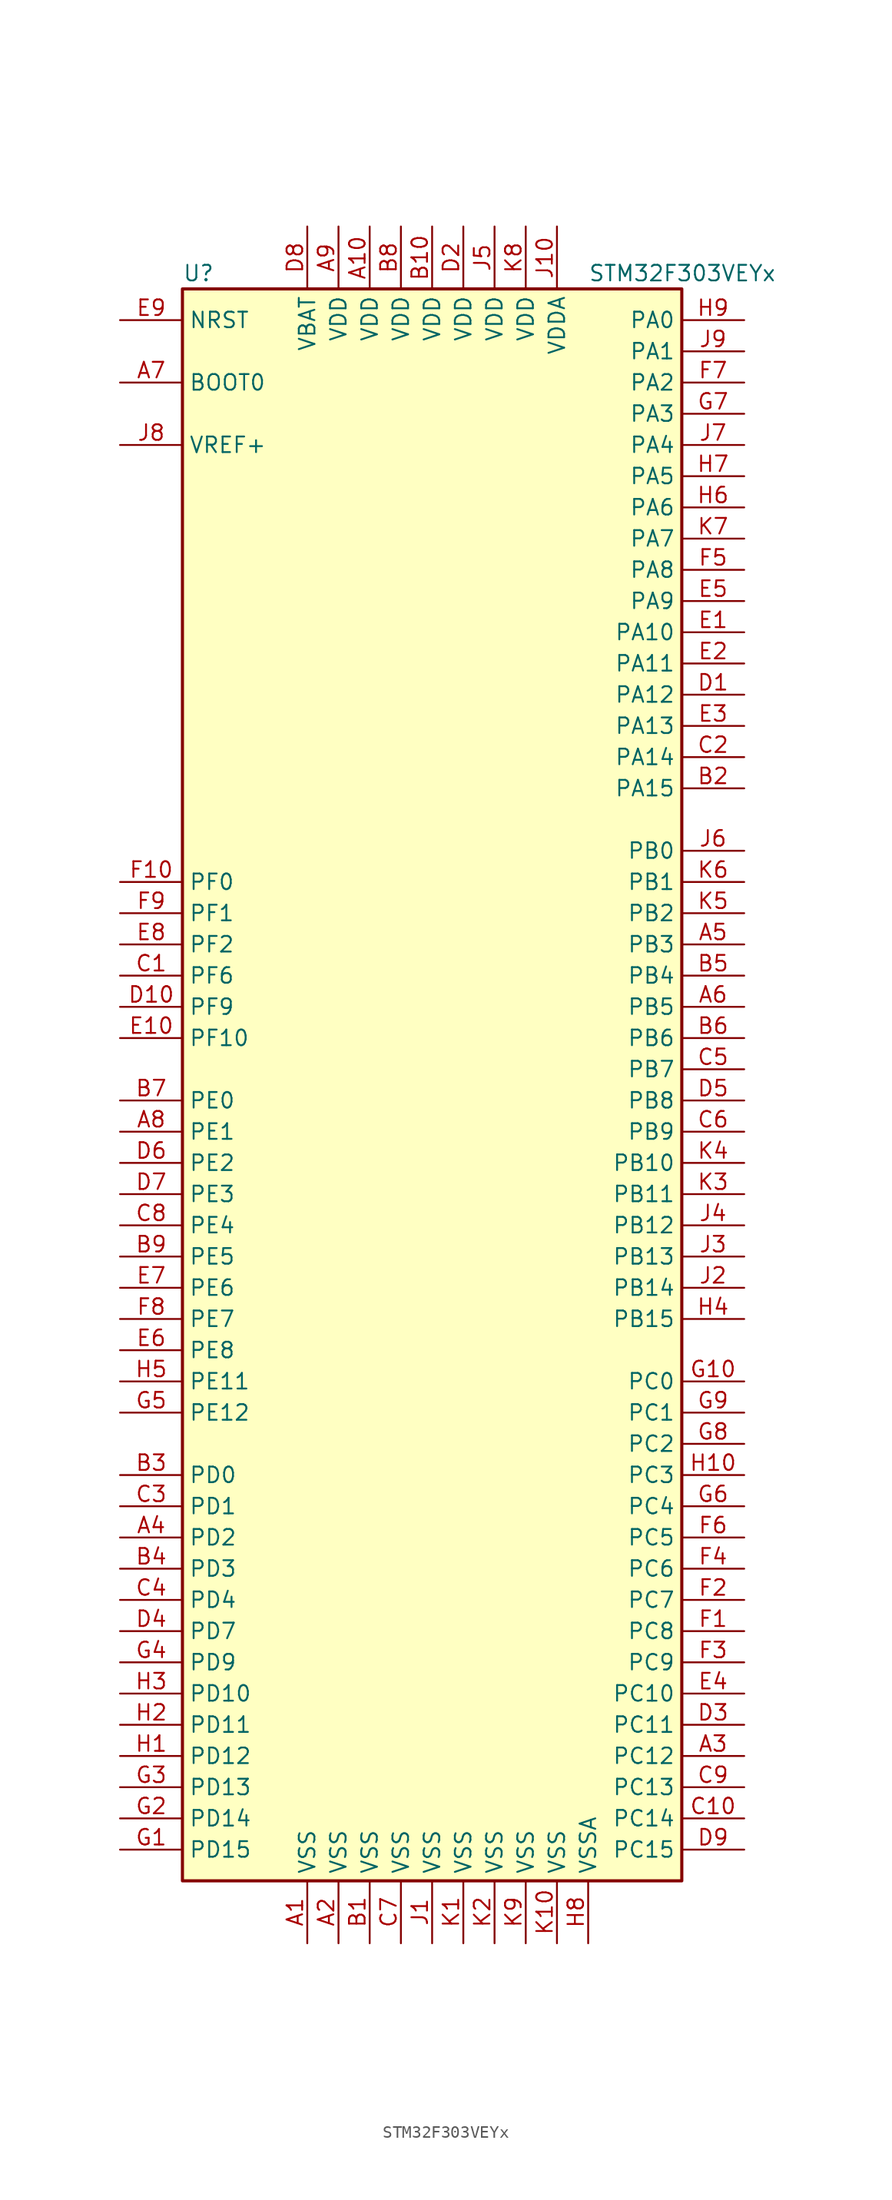
<source format=kicad_sym>
(kicad_symbol_lib
  (version 20211014)
  (generator kicad_symbol_editor)
  (symbol "STM32F303VEYx"
    (property "Reference" "U"
      (at -20.32 64.77 0)
      (effects (font (size 1.27 1.27)) (justify left)))
    (property "Value" "STM32F303VEYx"
      (at 12.7 64.77 0)
      (effects (font (size 1.27 1.27)) (justify left)))
    (symbol "STM32F303VEYx_0_1"
      (rectangle (start -20.32 -66.04) (end 20.32 63.5) (stroke (width 0.254) (type default) (color 0 0 0 0)) (fill (type background))))
    (symbol "STM32F303VEYx_1_1"
      (pin power_in line (at -10.16 -71.12 90) (length 5.08) (name "VSS" (effects (font (size 1.27 1.27)))) (number "A1" (effects (font (size 1.27 1.27)))))
      (pin power_in line (at -5.08 68.58 270) (length 5.08) (name "VDD" (effects (font (size 1.27 1.27)))) (number "A10" (effects (font (size 1.27 1.27)))))
      (pin power_in line (at -7.62 -71.12 90) (length 5.08) (name "VSS" (effects (font (size 1.27 1.27)))) (number "A2" (effects (font (size 1.27 1.27)))))
      (pin bidirectional line (at 25.4 -55.88 180) (length 5.08) (name "PC12" (effects (font (size 1.27 1.27)))) (number "A3" (effects (font (size 1.27 1.27)))))
      (pin bidirectional line (at -25.4 -38.1 0) (length 5.08) (name "PD2" (effects (font (size 1.27 1.27)))) (number "A4" (effects (font (size 1.27 1.27)))))
      (pin bidirectional line (at 25.4 10.16 180) (length 5.08) (name "PB3" (effects (font (size 1.27 1.27)))) (number "A5" (effects (font (size 1.27 1.27)))))
      (pin bidirectional line (at 25.4 5.08 180) (length 5.08) (name "PB5" (effects (font (size 1.27 1.27)))) (number "A6" (effects (font (size 1.27 1.27)))))
      (pin input line (at -25.4 55.88 0) (length 5.08) (name "BOOT0" (effects (font (size 1.27 1.27)))) (number "A7" (effects (font (size 1.27 1.27)))))
      (pin bidirectional line (at -25.4 -5.08 0) (length 5.08) (name "PE1" (effects (font (size 1.27 1.27)))) (number "A8" (effects (font (size 1.27 1.27)))))
      (pin power_in line (at -7.62 68.58 270) (length 5.08) (name "VDD" (effects (font (size 1.27 1.27)))) (number "A9" (effects (font (size 1.27 1.27)))))
      (pin power_in line (at -5.08 -71.12 90) (length 5.08) (name "VSS" (effects (font (size 1.27 1.27)))) (number "B1" (effects (font (size 1.27 1.27)))))
      (pin power_in line (at 0 68.58 270) (length 5.08) (name "VDD" (effects (font (size 1.27 1.27)))) (number "B10" (effects (font (size 1.27 1.27)))))
      (pin bidirectional line (at 25.4 22.86 180) (length 5.08) (name "PA15" (effects (font (size 1.27 1.27)))) (number "B2" (effects (font (size 1.27 1.27)))))
      (pin bidirectional line (at -25.4 -33.02 0) (length 5.08) (name "PD0" (effects (font (size 1.27 1.27)))) (number "B3" (effects (font (size 1.27 1.27)))))
      (pin bidirectional line (at -25.4 -40.64 0) (length 5.08) (name "PD3" (effects (font (size 1.27 1.27)))) (number "B4" (effects (font (size 1.27 1.27)))))
      (pin bidirectional line (at 25.4 7.62 180) (length 5.08) (name "PB4" (effects (font (size 1.27 1.27)))) (number "B5" (effects (font (size 1.27 1.27)))))
      (pin bidirectional line (at 25.4 2.54 180) (length 5.08) (name "PB6" (effects (font (size 1.27 1.27)))) (number "B6" (effects (font (size 1.27 1.27)))))
      (pin bidirectional line (at -25.4 -2.54 0) (length 5.08) (name "PE0" (effects (font (size 1.27 1.27)))) (number "B7" (effects (font (size 1.27 1.27)))))
      (pin power_in line (at -2.54 68.58 270) (length 5.08) (name "VDD" (effects (font (size 1.27 1.27)))) (number "B8" (effects (font (size 1.27 1.27)))))
      (pin bidirectional line (at -25.4 -15.24 0) (length 5.08) (name "PE5" (effects (font (size 1.27 1.27)))) (number "B9" (effects (font (size 1.27 1.27)))))
      (pin bidirectional line (at -25.4 7.62 0) (length 5.08) (name "PF6" (effects (font (size 1.27 1.27)))) (number "C1" (effects (font (size 1.27 1.27)))))
      (pin bidirectional line (at 25.4 -60.96 180) (length 5.08) (name "PC14" (effects (font (size 1.27 1.27)))) (number "C10" (effects (font (size 1.27 1.27)))))
      (pin bidirectional line (at 25.4 25.4 180) (length 5.08) (name "PA14" (effects (font (size 1.27 1.27)))) (number "C2" (effects (font (size 1.27 1.27)))))
      (pin bidirectional line (at -25.4 -35.56 0) (length 5.08) (name "PD1" (effects (font (size 1.27 1.27)))) (number "C3" (effects (font (size 1.27 1.27)))))
      (pin bidirectional line (at -25.4 -43.18 0) (length 5.08) (name "PD4" (effects (font (size 1.27 1.27)))) (number "C4" (effects (font (size 1.27 1.27)))))
      (pin bidirectional line (at 25.4 0 180) (length 5.08) (name "PB7" (effects (font (size 1.27 1.27)))) (number "C5" (effects (font (size 1.27 1.27)))))
      (pin bidirectional line (at 25.4 -5.08 180) (length 5.08) (name "PB9" (effects (font (size 1.27 1.27)))) (number "C6" (effects (font (size 1.27 1.27)))))
      (pin power_in line (at -2.54 -71.12 90) (length 5.08) (name "VSS" (effects (font (size 1.27 1.27)))) (number "C7" (effects (font (size 1.27 1.27)))))
      (pin bidirectional line (at -25.4 -12.7 0) (length 5.08) (name "PE4" (effects (font (size 1.27 1.27)))) (number "C8" (effects (font (size 1.27 1.27)))))
      (pin bidirectional line (at 25.4 -58.42 180) (length 5.08) (name "PC13" (effects (font (size 1.27 1.27)))) (number "C9" (effects (font (size 1.27 1.27)))))
      (pin bidirectional line (at 25.4 30.48 180) (length 5.08) (name "PA12" (effects (font (size 1.27 1.27)))) (number "D1" (effects (font (size 1.27 1.27)))))
      (pin bidirectional line (at -25.4 5.08 0) (length 5.08) (name "PF9" (effects (font (size 1.27 1.27)))) (number "D10" (effects (font (size 1.27 1.27)))))
      (pin power_in line (at 2.54 68.58 270) (length 5.08) (name "VDD" (effects (font (size 1.27 1.27)))) (number "D2" (effects (font (size 1.27 1.27)))))
      (pin bidirectional line (at 25.4 -53.34 180) (length 5.08) (name "PC11" (effects (font (size 1.27 1.27)))) (number "D3" (effects (font (size 1.27 1.27)))))
      (pin bidirectional line (at -25.4 -45.72 0) (length 5.08) (name "PD7" (effects (font (size 1.27 1.27)))) (number "D4" (effects (font (size 1.27 1.27)))))
      (pin bidirectional line (at 25.4 -2.54 180) (length 5.08) (name "PB8" (effects (font (size 1.27 1.27)))) (number "D5" (effects (font (size 1.27 1.27)))))
      (pin bidirectional line (at -25.4 -7.62 0) (length 5.08) (name "PE2" (effects (font (size 1.27 1.27)))) (number "D6" (effects (font (size 1.27 1.27)))))
      (pin bidirectional line (at -25.4 -10.16 0) (length 5.08) (name "PE3" (effects (font (size 1.27 1.27)))) (number "D7" (effects (font (size 1.27 1.27)))))
      (pin power_in line (at -10.16 68.58 270) (length 5.08) (name "VBAT" (effects (font (size 1.27 1.27)))) (number "D8" (effects (font (size 1.27 1.27)))))
      (pin bidirectional line (at 25.4 -63.5 180) (length 5.08) (name "PC15" (effects (font (size 1.27 1.27)))) (number "D9" (effects (font (size 1.27 1.27)))))
      (pin bidirectional line (at 25.4 35.56 180) (length 5.08) (name "PA10" (effects (font (size 1.27 1.27)))) (number "E1" (effects (font (size 1.27 1.27)))))
      (pin bidirectional line (at -25.4 2.54 0) (length 5.08) (name "PF10" (effects (font (size 1.27 1.27)))) (number "E10" (effects (font (size 1.27 1.27)))))
      (pin bidirectional line (at 25.4 33.02 180) (length 5.08) (name "PA11" (effects (font (size 1.27 1.27)))) (number "E2" (effects (font (size 1.27 1.27)))))
      (pin bidirectional line (at 25.4 27.94 180) (length 5.08) (name "PA13" (effects (font (size 1.27 1.27)))) (number "E3" (effects (font (size 1.27 1.27)))))
      (pin bidirectional line (at 25.4 -50.8 180) (length 5.08) (name "PC10" (effects (font (size 1.27 1.27)))) (number "E4" (effects (font (size 1.27 1.27)))))
      (pin bidirectional line (at 25.4 38.1 180) (length 5.08) (name "PA9" (effects (font (size 1.27 1.27)))) (number "E5" (effects (font (size 1.27 1.27)))))
      (pin bidirectional line (at -25.4 -22.86 0) (length 5.08) (name "PE8" (effects (font (size 1.27 1.27)))) (number "E6" (effects (font (size 1.27 1.27)))))
      (pin bidirectional line (at -25.4 -17.78 0) (length 5.08) (name "PE6" (effects (font (size 1.27 1.27)))) (number "E7" (effects (font (size 1.27 1.27)))))
      (pin bidirectional line (at -25.4 10.16 0) (length 5.08) (name "PF2" (effects (font (size 1.27 1.27)))) (number "E8" (effects (font (size 1.27 1.27)))))
      (pin input line (at -25.4 60.96 0) (length 5.08) (name "NRST" (effects (font (size 1.27 1.27)))) (number "E9" (effects (font (size 1.27 1.27)))))
      (pin bidirectional line (at 25.4 -45.72 180) (length 5.08) (name "PC8" (effects (font (size 1.27 1.27)))) (number "F1" (effects (font (size 1.27 1.27)))))
      (pin input line (at -25.4 15.24 0) (length 5.08) (name "PF0" (effects (font (size 1.27 1.27)))) (number "F10" (effects (font (size 1.27 1.27)))))
      (pin bidirectional line (at 25.4 -43.18 180) (length 5.08) (name "PC7" (effects (font (size 1.27 1.27)))) (number "F2" (effects (font (size 1.27 1.27)))))
      (pin bidirectional line (at 25.4 -48.26 180) (length 5.08) (name "PC9" (effects (font (size 1.27 1.27)))) (number "F3" (effects (font (size 1.27 1.27)))))
      (pin bidirectional line (at 25.4 -40.64 180) (length 5.08) (name "PC6" (effects (font (size 1.27 1.27)))) (number "F4" (effects (font (size 1.27 1.27)))))
      (pin bidirectional line (at 25.4 40.64 180) (length 5.08) (name "PA8" (effects (font (size 1.27 1.27)))) (number "F5" (effects (font (size 1.27 1.27)))))
      (pin bidirectional line (at 25.4 -38.1 180) (length 5.08) (name "PC5" (effects (font (size 1.27 1.27)))) (number "F6" (effects (font (size 1.27 1.27)))))
      (pin bidirectional line (at 25.4 55.88 180) (length 5.08) (name "PA2" (effects (font (size 1.27 1.27)))) (number "F7" (effects (font (size 1.27 1.27)))))
      (pin bidirectional line (at -25.4 -20.32 0) (length 5.08) (name "PE7" (effects (font (size 1.27 1.27)))) (number "F8" (effects (font (size 1.27 1.27)))))
      (pin input line (at -25.4 12.7 0) (length 5.08) (name "PF1" (effects (font (size 1.27 1.27)))) (number "F9" (effects (font (size 1.27 1.27)))))
      (pin bidirectional line (at -25.4 -63.5 0) (length 5.08) (name "PD15" (effects (font (size 1.27 1.27)))) (number "G1" (effects (font (size 1.27 1.27)))))
      (pin bidirectional line (at 25.4 -25.4 180) (length 5.08) (name "PC0" (effects (font (size 1.27 1.27)))) (number "G10" (effects (font (size 1.27 1.27)))))
      (pin bidirectional line (at -25.4 -60.96 0) (length 5.08) (name "PD14" (effects (font (size 1.27 1.27)))) (number "G2" (effects (font (size 1.27 1.27)))))
      (pin bidirectional line (at -25.4 -58.42 0) (length 5.08) (name "PD13" (effects (font (size 1.27 1.27)))) (number "G3" (effects (font (size 1.27 1.27)))))
      (pin bidirectional line (at -25.4 -48.26 0) (length 5.08) (name "PD9" (effects (font (size 1.27 1.27)))) (number "G4" (effects (font (size 1.27 1.27)))))
      (pin bidirectional line (at -25.4 -27.94 0) (length 5.08) (name "PE12" (effects (font (size 1.27 1.27)))) (number "G5" (effects (font (size 1.27 1.27)))))
      (pin bidirectional line (at 25.4 -35.56 180) (length 5.08) (name "PC4" (effects (font (size 1.27 1.27)))) (number "G6" (effects (font (size 1.27 1.27)))))
      (pin bidirectional line (at 25.4 53.34 180) (length 5.08) (name "PA3" (effects (font (size 1.27 1.27)))) (number "G7" (effects (font (size 1.27 1.27)))))
      (pin bidirectional line (at 25.4 -30.48 180) (length 5.08) (name "PC2" (effects (font (size 1.27 1.27)))) (number "G8" (effects (font (size 1.27 1.27)))))
      (pin bidirectional line (at 25.4 -27.94 180) (length 5.08) (name "PC1" (effects (font (size 1.27 1.27)))) (number "G9" (effects (font (size 1.27 1.27)))))
      (pin bidirectional line (at -25.4 -55.88 0) (length 5.08) (name "PD12" (effects (font (size 1.27 1.27)))) (number "H1" (effects (font (size 1.27 1.27)))))
      (pin bidirectional line (at 25.4 -33.02 180) (length 5.08) (name "PC3" (effects (font (size 1.27 1.27)))) (number "H10" (effects (font (size 1.27 1.27)))))
      (pin bidirectional line (at -25.4 -53.34 0) (length 5.08) (name "PD11" (effects (font (size 1.27 1.27)))) (number "H2" (effects (font (size 1.27 1.27)))))
      (pin bidirectional line (at -25.4 -50.8 0) (length 5.08) (name "PD10" (effects (font (size 1.27 1.27)))) (number "H3" (effects (font (size 1.27 1.27)))))
      (pin bidirectional line (at 25.4 -20.32 180) (length 5.08) (name "PB15" (effects (font (size 1.27 1.27)))) (number "H4" (effects (font (size 1.27 1.27)))))
      (pin bidirectional line (at -25.4 -25.4 0) (length 5.08) (name "PE11" (effects (font (size 1.27 1.27)))) (number "H5" (effects (font (size 1.27 1.27)))))
      (pin bidirectional line (at 25.4 45.72 180) (length 5.08) (name "PA6" (effects (font (size 1.27 1.27)))) (number "H6" (effects (font (size 1.27 1.27)))))
      (pin bidirectional line (at 25.4 48.26 180) (length 5.08) (name "PA5" (effects (font (size 1.27 1.27)))) (number "H7" (effects (font (size 1.27 1.27)))))
      (pin power_in line (at 12.7 -71.12 90) (length 5.08) (name "VSSA" (effects (font (size 1.27 1.27)))) (number "H8" (effects (font (size 1.27 1.27)))))
      (pin bidirectional line (at 25.4 60.96 180) (length 5.08) (name "PA0" (effects (font (size 1.27 1.27)))) (number "H9" (effects (font (size 1.27 1.27)))))
      (pin power_in line (at 0 -71.12 90) (length 5.08) (name "VSS" (effects (font (size 1.27 1.27)))) (number "J1" (effects (font (size 1.27 1.27)))))
      (pin power_in line (at 10.16 68.58 270) (length 5.08) (name "VDDA" (effects (font (size 1.27 1.27)))) (number "J10" (effects (font (size 1.27 1.27)))))
      (pin bidirectional line (at 25.4 -17.78 180) (length 5.08) (name "PB14" (effects (font (size 1.27 1.27)))) (number "J2" (effects (font (size 1.27 1.27)))))
      (pin bidirectional line (at 25.4 -15.24 180) (length 5.08) (name "PB13" (effects (font (size 1.27 1.27)))) (number "J3" (effects (font (size 1.27 1.27)))))
      (pin bidirectional line (at 25.4 -12.7 180) (length 5.08) (name "PB12" (effects (font (size 1.27 1.27)))) (number "J4" (effects (font (size 1.27 1.27)))))
      (pin power_in line (at 5.08 68.58 270) (length 5.08) (name "VDD" (effects (font (size 1.27 1.27)))) (number "J5" (effects (font (size 1.27 1.27)))))
      (pin bidirectional line (at 25.4 17.78 180) (length 5.08) (name "PB0" (effects (font (size 1.27 1.27)))) (number "J6" (effects (font (size 1.27 1.27)))))
      (pin bidirectional line (at 25.4 50.8 180) (length 5.08) (name "PA4" (effects (font (size 1.27 1.27)))) (number "J7" (effects (font (size 1.27 1.27)))))
      (pin power_in line (at -25.4 50.8 0) (length 5.08) (name "VREF+" (effects (font (size 1.27 1.27)))) (number "J8" (effects (font (size 1.27 1.27)))))
      (pin bidirectional line (at 25.4 58.42 180) (length 5.08) (name "PA1" (effects (font (size 1.27 1.27)))) (number "J9" (effects (font (size 1.27 1.27)))))
      (pin power_in line (at 2.54 -71.12 90) (length 5.08) (name "VSS" (effects (font (size 1.27 1.27)))) (number "K1" (effects (font (size 1.27 1.27)))))
      (pin power_in line (at 10.16 -71.12 90) (length 5.08) (name "VSS" (effects (font (size 1.27 1.27)))) (number "K10" (effects (font (size 1.27 1.27)))))
      (pin power_in line (at 5.08 -71.12 90) (length 5.08) (name "VSS" (effects (font (size 1.27 1.27)))) (number "K2" (effects (font (size 1.27 1.27)))))
      (pin bidirectional line (at 25.4 -10.16 180) (length 5.08) (name "PB11" (effects (font (size 1.27 1.27)))) (number "K3" (effects (font (size 1.27 1.27)))))
      (pin bidirectional line (at 25.4 -7.62 180) (length 5.08) (name "PB10" (effects (font (size 1.27 1.27)))) (number "K4" (effects (font (size 1.27 1.27)))))
      (pin bidirectional line (at 25.4 12.7 180) (length 5.08) (name "PB2" (effects (font (size 1.27 1.27)))) (number "K5" (effects (font (size 1.27 1.27)))))
      (pin bidirectional line (at 25.4 15.24 180) (length 5.08) (name "PB1" (effects (font (size 1.27 1.27)))) (number "K6" (effects (font (size 1.27 1.27)))))
      (pin bidirectional line (at 25.4 43.18 180) (length 5.08) (name "PA7" (effects (font (size 1.27 1.27)))) (number "K7" (effects (font (size 1.27 1.27)))))
      (pin power_in line (at 7.62 68.58 270) (length 5.08) (name "VDD" (effects (font (size 1.27 1.27)))) (number "K8" (effects (font (size 1.27 1.27)))))
      (pin power_in line (at 7.62 -71.12 90) (length 5.08) (name "VSS" (effects (font (size 1.27 1.27)))) (number "K9" (effects (font (size 1.27 1.27))))))))
</source>
